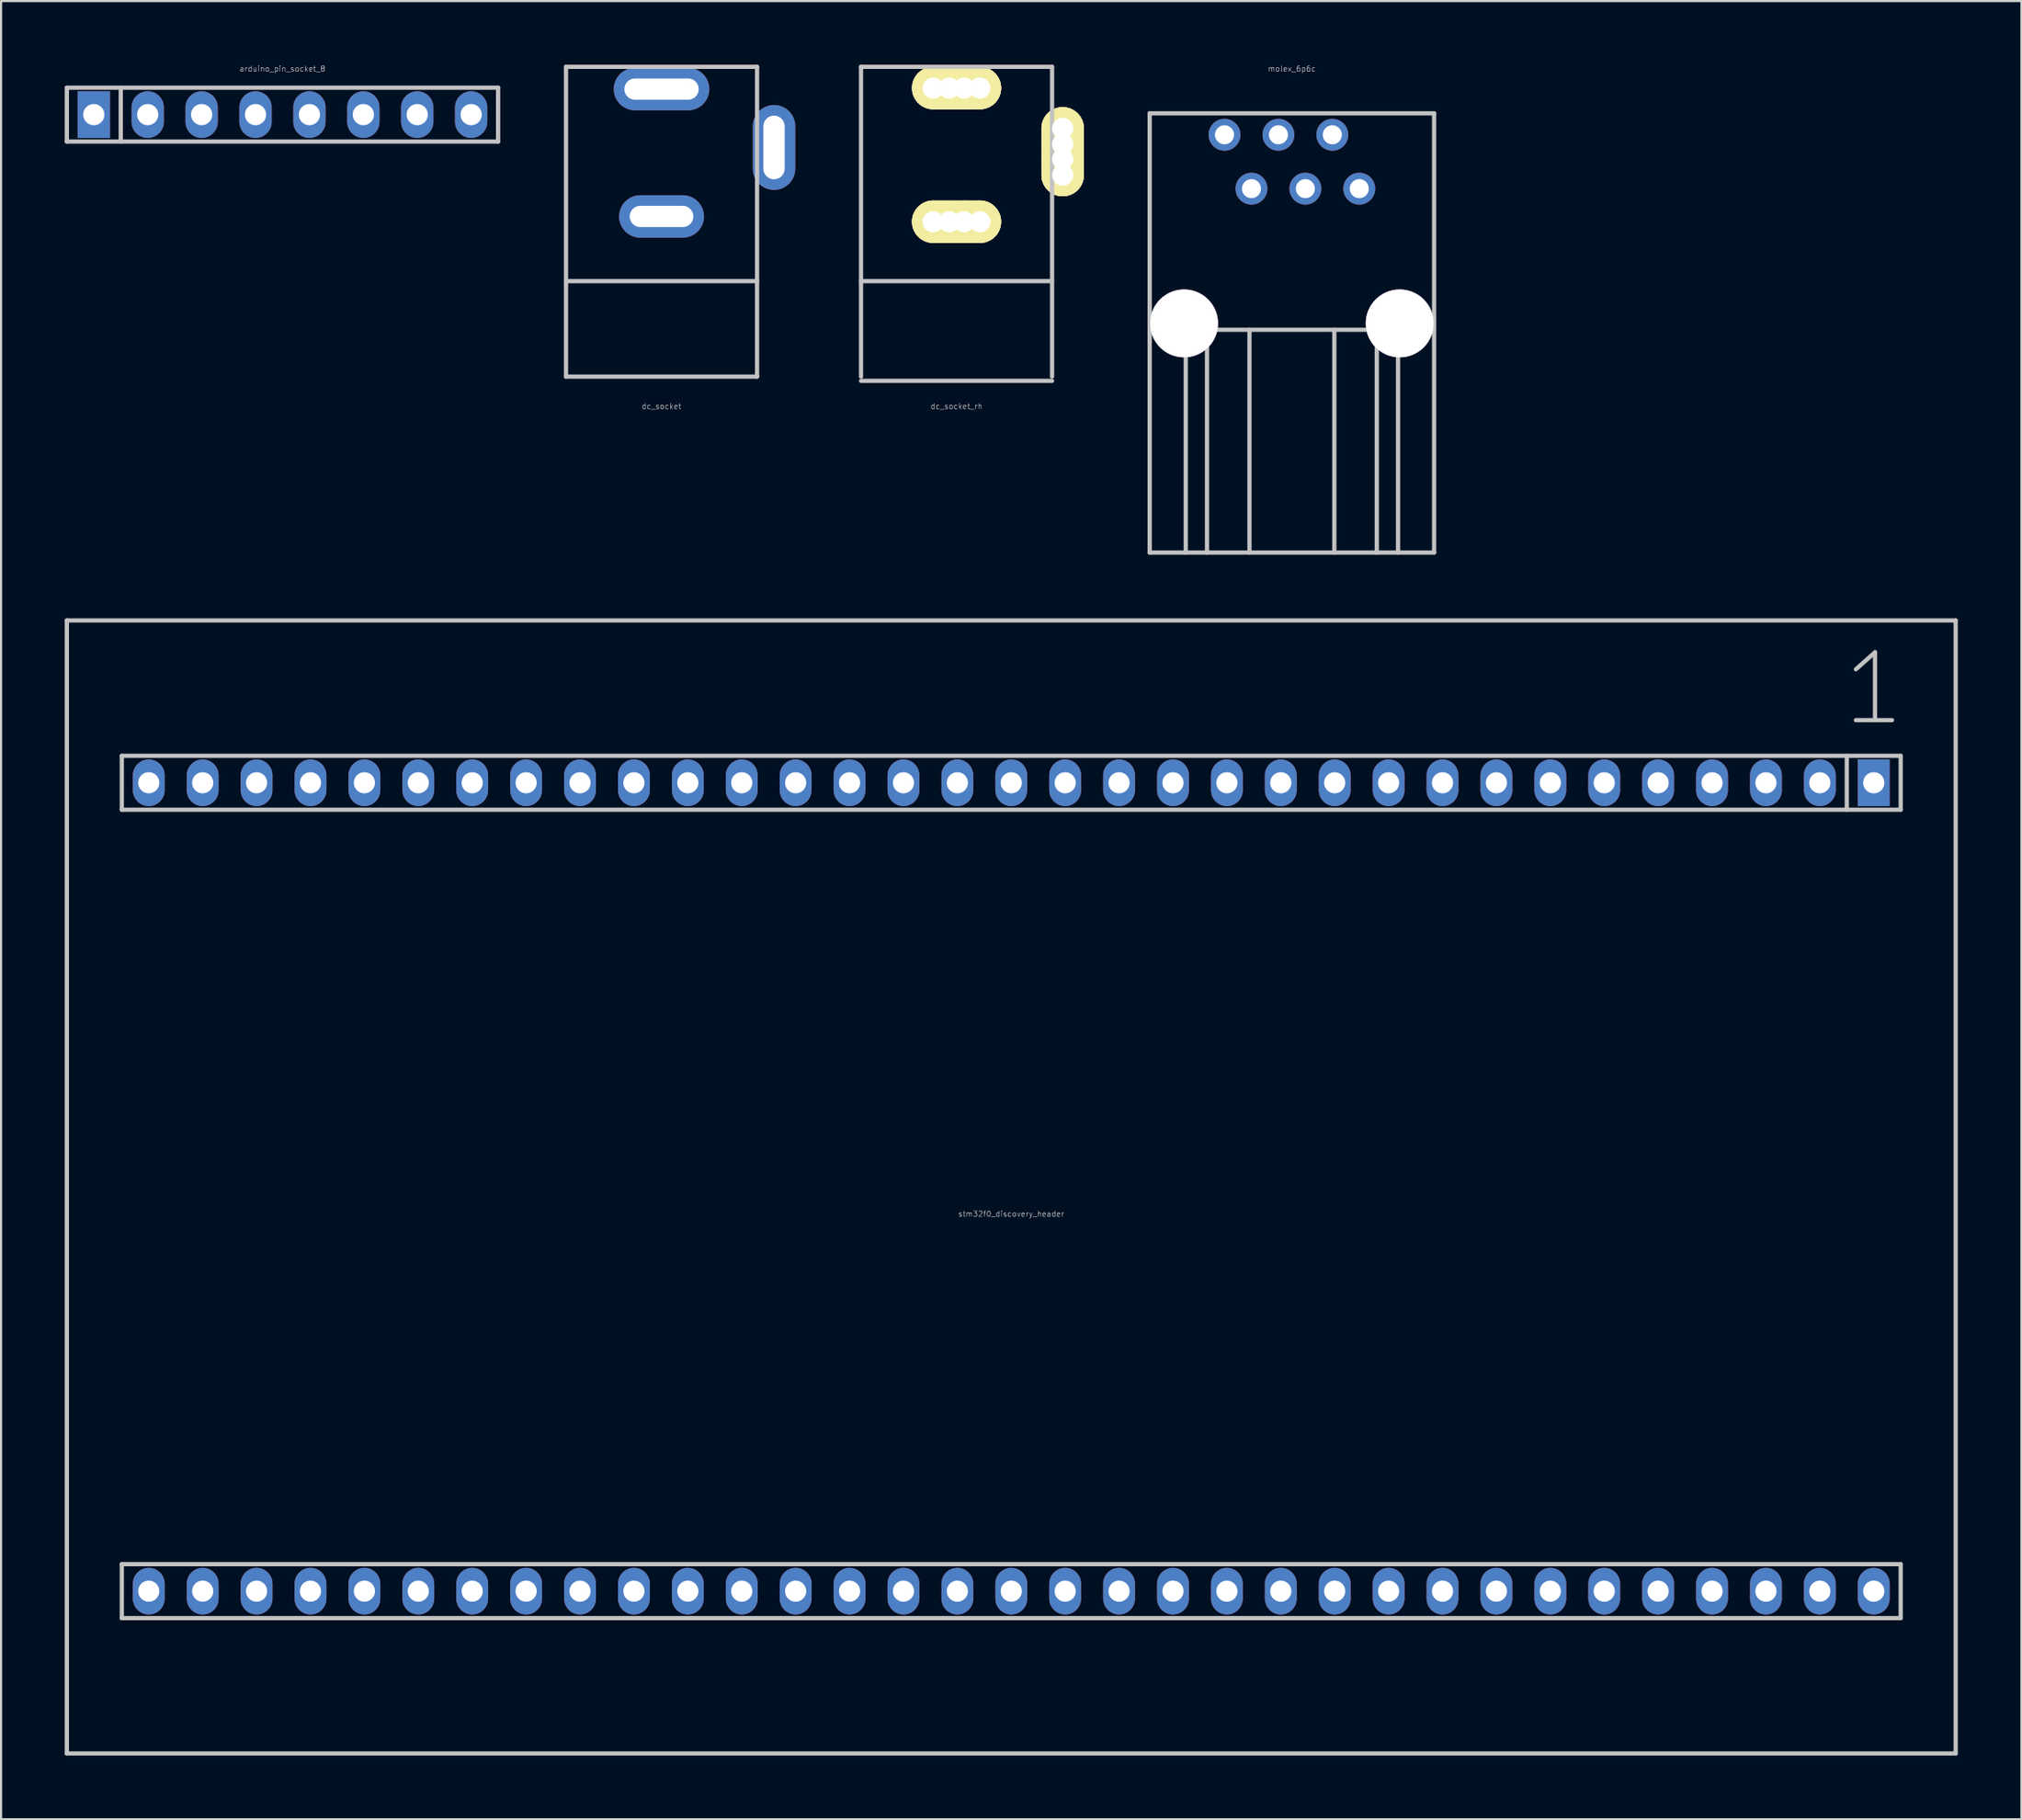
<source format=kicad_pcb>
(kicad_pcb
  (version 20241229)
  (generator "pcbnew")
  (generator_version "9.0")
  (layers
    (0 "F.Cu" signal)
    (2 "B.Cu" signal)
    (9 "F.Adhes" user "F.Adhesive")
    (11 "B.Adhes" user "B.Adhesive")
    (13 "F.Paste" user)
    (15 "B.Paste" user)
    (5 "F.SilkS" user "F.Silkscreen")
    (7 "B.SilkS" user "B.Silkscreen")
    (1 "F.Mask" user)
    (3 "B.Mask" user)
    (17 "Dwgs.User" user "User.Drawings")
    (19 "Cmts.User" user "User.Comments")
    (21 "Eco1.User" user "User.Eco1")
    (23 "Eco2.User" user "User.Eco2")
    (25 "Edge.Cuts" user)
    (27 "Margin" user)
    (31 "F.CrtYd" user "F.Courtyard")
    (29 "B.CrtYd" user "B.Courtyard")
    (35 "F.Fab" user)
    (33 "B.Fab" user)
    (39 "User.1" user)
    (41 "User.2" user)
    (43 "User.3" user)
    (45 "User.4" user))
  (footprint "molex_6p6c"
    (layer "F.Cu")
    (at 57.823 12.192)
    (property "Reference" "molex_6p6c" (at 0 -11.999 0) (layer "Dwgs.User") (effects (font (size 0.254 0.254) (thickness 0.025))))
    (attr through_hole)
    (fp_line (start -6.701 -9.901) (end -6.701 10.8) (stroke (width 0.2) (type solid)) (layer "Dwgs.User"))
    (fp_line (start -6.701 -9.901) (end 6.701 -9.901) (stroke (width 0.2) (type solid)) (layer "Dwgs.User"))
    (fp_line (start -5.001 0.3) (end -5.001 10.8) (stroke (width 0.2) (type solid)) (layer "Dwgs.User"))
    (fp_line (start -5.001 0.3) (end 5.001 0.3) (stroke (width 0.2) (type solid)) (layer "Dwgs.User"))
    (fp_line (start -4 10.8) (end -4 0.3) (stroke (width 0.2) (type solid)) (layer "Dwgs.User"))
    (fp_line (start -1.999 10.8) (end -1.999 0.3) (stroke (width 0.2) (type solid)) (layer "Dwgs.User"))
    (fp_line (start 1.999 10.8) (end 1.999 0.3) (stroke (width 0.2) (type solid)) (layer "Dwgs.User"))
    (fp_line (start 4 0.3) (end 4 10.8) (stroke (width 0.2) (type solid)) (layer "Dwgs.User"))
    (fp_line (start 5.001 0.3) (end 5.001 10.8) (stroke (width 0.2) (type solid)) (layer "Dwgs.User"))
    (fp_line (start 6.701 -9.901) (end 6.701 10.8) (stroke (width 0.2) (type solid)) (layer "Dwgs.User"))
    (fp_line (start 6.701 10.8) (end -6.701 10.8) (stroke (width 0.2) (type solid)) (layer "Dwgs.User"))
    (pad "" thru_hole circle (at -5.08 0) (size 3.2 3.2) (drill 3.2) (layers "*.Cu" "*.Mask"))
    (pad "" thru_hole circle (at 5.08 0) (size 3.2 3.2) (drill 3.2) (layers "*.Cu" "*.Mask"))
    (pad "1" thru_hole circle (at -3.175 -8.89) (size 1.501 1.501) (drill 0.899) (layers "*.Cu" "*.Mask"))
    (pad "2" thru_hole circle (at -1.905 -6.35) (size 1.501 1.501) (drill 0.899) (layers "*.Cu" "*.Mask"))
    (pad "3" thru_hole circle (at -0.635 -8.89) (size 1.501 1.501) (drill 0.899) (layers "*.Cu" "*.Mask"))
    (pad "4" thru_hole circle (at 0.635 -6.35) (size 1.501 1.501) (drill 0.899) (layers "*.Cu" "*.Mask"))
    (pad "5" thru_hole circle (at 1.905 -8.89) (size 1.501 1.501) (drill 0.899) (layers "*.Cu" "*.Mask"))
    (pad "6" thru_hole circle (at 3.175 -6.35) (size 1.501 1.501) (drill 0.899) (layers "*.Cu" "*.Mask")))
  (footprint "dc_socket"
    (layer "F.Cu")
    (at 28.121 7.4)
    (property "Reference" "dc_socket" (at 0 8.7 0) (layer "Dwgs.User") (effects (font (size 0.254 0.254) (thickness 0.025))))
    (attr through_hole)
    (fp_line (start -4.501 -7.3) (end -4.501 7.3) (stroke (width 0.2) (type solid)) (layer "Dwgs.User"))
    (fp_line (start -4.501 2.799) (end 4.501 2.799) (stroke (width 0.2) (type solid)) (layer "Dwgs.User"))
    (fp_line (start -4.501 7.3) (end 4.501 7.3) (stroke (width 0.2) (type solid)) (layer "Dwgs.User"))
    (fp_line (start 4.501 -7.3) (end -4.501 -7.3) (stroke (width 0.2) (type solid)) (layer "Dwgs.User"))
    (fp_line (start 4.501 7.3) (end 4.501 -7.3) (stroke (width 0.2) (type solid)) (layer "Dwgs.User"))
    (pad "1" thru_hole oval (at 5.301 -3.5) (size 1.999 4) (drill oval 1.001 3) (layers "*.Cu" "*.Mask"))
    (pad "2" thru_hole oval (at 0 -0.249) (size 4 1.999) (drill oval 3 1.001) (layers "*.Cu" "*.Mask"))
    (pad "3" thru_hole oval (at 0 -6.251) (size 4.501 1.999) (drill oval 3.5 1.001) (layers "*.Cu" "*.Mask")))
  (footprint "arduino_pin_socket_8"
    (layer "F.Cu")
    (at 10.26 2.352)
    (property "Reference" "arduino_pin_socket_8" (at 0 -2.159 0) (layer "Dwgs.User") (effects (font (size 0.254 0.254) (thickness 0.025))))
    (attr through_hole)
    (fp_line (start -10.16 -1.27) (end 10.16 -1.27) (stroke (width 0.2) (type solid)) (layer "Dwgs.User"))
    (fp_line (start -10.16 1.27) (end -10.16 -1.27) (stroke (width 0.2) (type solid)) (layer "Dwgs.User"))
    (fp_line (start -7.62 -1.27) (end -7.62 1.27) (stroke (width 0.2) (type solid)) (layer "Dwgs.User"))
    (fp_line (start 10.16 -1.27) (end 10.16 1.27) (stroke (width 0.2) (type solid)) (layer "Dwgs.User"))
    (fp_line (start 10.16 1.27) (end -10.16 1.27) (stroke (width 0.2) (type solid)) (layer "Dwgs.User"))
    (pad "1" thru_hole rect (at -8.89 0) (size 1.524 2.2) (drill 1.001) (layers "*.Cu" "*.Mask"))
    (pad "2" thru_hole oval (at -6.35 0) (size 1.524 2.2) (drill 1.001) (layers "*.Cu" "*.Mask"))
    (pad "3" thru_hole oval (at -3.81 0) (size 1.524 2.2) (drill 1.001) (layers "*.Cu" "*.Mask"))
    (pad "4" thru_hole oval (at -1.27 0) (size 1.524 2.2) (drill 1.001) (layers "*.Cu" "*.Mask"))
    (pad "5" thru_hole oval (at 1.27 0) (size 1.524 2.2) (drill 1.001) (layers "*.Cu" "*.Mask"))
    (pad "6" thru_hole oval (at 3.81 0) (size 1.524 2.2) (drill 1.001) (layers "*.Cu" "*.Mask"))
    (pad "7" thru_hole oval (at 6.35 0) (size 1.524 2.2) (drill 1.001) (layers "*.Cu" "*.Mask"))
    (pad "8" thru_hole oval (at 8.89 0) (size 1.524 2.2) (drill 1.001) (layers "*.Cu" "*.Mask")))
  (footprint "dc_socket_rh"
    (layer "F.Cu")
    (at 42.022 7.4)
    (property "Reference" "dc_socket_rh" (at 0 8.7 0) (layer "Dwgs.User") (effects (font (size 0.254 0.254) (thickness 0.025))))
    (attr through_hole)
    (fp_line (start -4.501 -7.3) (end -4.501 7.3) (stroke (width 0.2) (type solid)) (layer "Dwgs.User"))
    (fp_line (start -4.501 2.799) (end 4.501 2.799) (stroke (width 0.2) (type solid)) (layer "Dwgs.User"))
    (fp_line (start -4.5 7.5) (end 4.5 7.5) (stroke (width 0.2) (type solid)) (layer "Dwgs.User"))
    (fp_line (start 4.501 -7.3) (end -4.501 -7.3) (stroke (width 0.2) (type solid)) (layer "Dwgs.User"))
    (fp_line (start 4.501 7.3) (end 4.501 -7.3) (stroke (width 0.2) (type solid)) (layer "Dwgs.User"))
    (pad "1" thru_hole circle (at 5 -4.4) (size 2 2) (drill 1) (layers "*.Cu"))
    (pad "1" thru_hole circle (at 5 -3.65) (size 2 2) (drill 1) (layers "*.Cu"))
    (pad "1" smd oval (at 5 -3.3) (size 2 4.2) (layers "F.Cu" "F.Mask" "F.SilkS"))
    (pad "1" smd oval (at 5 -3.3) (size 2 4.2) (layers "F.Mask" "B.Cu" "F.SilkS"))
    (pad "1" thru_hole circle (at 5 -2.95) (size 2 2) (drill 1) (layers "*.Cu"))
    (pad "1" thru_hole circle (at 5 -2.2) (size 2 2) (drill 1) (layers "*.Cu"))
    (pad "2" thru_hole circle (at -1.1 0) (size 2 2) (drill 1) (layers "*.Cu"))
    (pad "2" thru_hole circle (at -0.35 0) (size 2 2) (drill 1) (layers "*.Cu"))
    (pad "2" smd oval (at 0 0) (size 4.2 2) (layers "F.Cu" "F.Mask" "F.SilkS"))
    (pad "2" smd oval (at 0 0) (size 4.2 2) (layers "F.Mask" "B.Cu" "F.SilkS"))
    (pad "2" thru_hole circle (at 0.35 0) (size 2 2) (drill 1) (layers "*.Cu"))
    (pad "2" thru_hole circle (at 1.1 0) (size 2 2) (drill 1) (layers "*.Cu"))
    (pad "3" thru_hole circle (at -1.1 -6.3) (size 2 2) (drill 1) (layers "*.Cu"))
    (pad "3" thru_hole circle (at -0.35 -6.3) (size 2 2) (drill 1) (layers "*.Cu"))
    (pad "3" smd oval (at 0 -6.3) (size 4.2 2) (layers "F.Cu" "F.Mask" "F.SilkS"))
    (pad "3" smd oval (at 0 -6.3) (size 4.2 2) (layers "F.Mask" "B.Cu" "F.SilkS"))
    (pad "3" thru_hole circle (at 0.35 -6.3) (size 2 2) (drill 1) (layers "*.Cu"))
    (pad "3" thru_hole circle (at 1.1 -6.3) (size 2 2) (drill 1) (layers "*.Cu")))
  (footprint "stm32f0_discovery_header"
    (layer "F.Cu")
    (at 44.6 52.892)
    (property "Reference" "stm32f0_discovery_header" (at 0 1.27 0) (layer "Dwgs.User") (effects (font (size 0.254 0.254) (thickness 0.025))))
    (attr through_hole)
    (fp_line (start -44.5 26.7) (end -44.5 -26.7) (stroke (width 0.2) (type solid)) (layer "Dwgs.User"))
    (fp_line (start -44.5 26.7) (end 44.5 26.7) (stroke (width 0.2) (type solid)) (layer "Dwgs.User"))
    (fp_line (start -41.91 -20.32) (end -41.91 -17.78) (stroke (width 0.2) (type solid)) (layer "Dwgs.User"))
    (fp_line (start -41.91 -20.32) (end 41.91 -20.32) (stroke (width 0.2) (type solid)) (layer "Dwgs.User"))
    (fp_line (start -41.91 -17.78) (end 41.91 -17.78) (stroke (width 0.2) (type solid)) (layer "Dwgs.User"))
    (fp_line (start -41.91 17.78) (end -41.91 20.32) (stroke (width 0.2) (type solid)) (layer "Dwgs.User"))
    (fp_line (start -41.91 17.78) (end 41.91 17.78) (stroke (width 0.2) (type solid)) (layer "Dwgs.User"))
    (fp_line (start -41.91 20.32) (end 41.91 20.32) (stroke (width 0.2) (type solid)) (layer "Dwgs.User"))
    (fp_line (start 39.37 -20.32) (end 39.37 -17.78) (stroke (width 0.2) (type solid)) (layer "Dwgs.User"))
    (fp_line (start 39.8 -22) (end 41.5 -22) (stroke (width 0.2) (type solid)) (layer "Dwgs.User"))
    (fp_line (start 40.7 -25.2) (end 39.8 -24.4) (stroke (width 0.2) (type solid)) (layer "Dwgs.User"))
    (fp_line (start 40.7 -22) (end 40.7 -25.2) (stroke (width 0.2) (type solid)) (layer "Dwgs.User"))
    (fp_line (start 41.91 -20.32) (end 41.91 -17.78) (stroke (width 0.2) (type solid)) (layer "Dwgs.User"))
    (fp_line (start 41.91 17.78) (end 41.91 20.32) (stroke (width 0.2) (type solid)) (layer "Dwgs.User"))
    (fp_line (start 44.5 -26.7) (end -44.5 -26.7) (stroke (width 0.2) (type solid)) (layer "Dwgs.User"))
    (fp_line (start 44.5 26.7) (end 44.5 -26.7) (stroke (width 0.2) (type solid)) (layer "Dwgs.User"))
    (pad "1" thru_hole rect (at 40.64 -19.05) (size 1.5 2.2) (drill 1.001) (layers "*.Cu" "*.Mask"))
    (pad "2" thru_hole oval (at 38.1 -19.05) (size 1.5 2.2) (drill 0.998) (layers "*.Cu" "*.Mask"))
    (pad "3" thru_hole oval (at 35.56 -19.05) (size 1.5 2.2) (drill 0.998) (layers "*.Cu" "*.Mask"))
    (pad "4" thru_hole oval (at 33.02 -19.05) (size 1.5 2.2) (drill 0.998) (layers "*.Cu" "*.Mask"))
    (pad "5" thru_hole oval (at 30.48 -19.05) (size 1.5 2.2) (drill 0.998) (layers "*.Cu" "*.Mask"))
    (pad "6" thru_hole oval (at 27.94 -19.05) (size 1.5 2.2) (drill 0.998) (layers "*.Cu" "*.Mask"))
    (pad "7" thru_hole oval (at 25.4 -19.05) (size 1.5 2.2) (drill 0.998) (layers "*.Cu" "*.Mask"))
    (pad "8" thru_hole oval (at 22.86 -19.05) (size 1.5 2.2) (drill 0.998) (layers "*.Cu" "*.Mask"))
    (pad "9" thru_hole oval (at 20.32 -19.05) (size 1.5 2.2) (drill 0.998) (layers "*.Cu" "*.Mask"))
    (pad "10" thru_hole oval (at 17.78 -19.05) (size 1.5 2.2) (drill 0.998) (layers "*.Cu" "*.Mask"))
    (pad "11" thru_hole oval (at 15.24 -19.05) (size 1.5 2.2) (drill 0.998) (layers "*.Cu" "*.Mask"))
    (pad "12" thru_hole oval (at 12.7 -19.05) (size 1.5 2.2) (drill 0.998) (layers "*.Cu" "*.Mask"))
    (pad "13" thru_hole oval (at 10.16 -19.05) (size 1.5 2.2) (drill 0.998) (layers "*.Cu" "*.Mask"))
    (pad "14" thru_hole oval (at 7.62 -19.05) (size 1.5 2.2) (drill 0.998) (layers "*.Cu" "*.Mask"))
    (pad "15" thru_hole oval (at 5.08 -19.05) (size 1.5 2.2) (drill 0.998) (layers "*.Cu" "*.Mask"))
    (pad "16" thru_hole oval (at 2.54 -19.05) (size 1.5 2.2) (drill 0.998) (layers "*.Cu" "*.Mask"))
    (pad "17" thru_hole oval (at 0 -19.05) (size 1.5 2.2) (drill 0.998) (layers "*.Cu" "*.Mask"))
    (pad "18" thru_hole oval (at -2.54 -19.05) (size 1.5 2.2) (drill 0.998) (layers "*.Cu" "*.Mask"))
    (pad "19" thru_hole oval (at -5.08 -19.05) (size 1.5 2.2) (drill 0.998) (layers "*.Cu" "*.Mask"))
    (pad "20" thru_hole oval (at -7.62 -19.05) (size 1.5 2.2) (drill 0.998) (layers "*.Cu" "*.Mask"))
    (pad "21" thru_hole oval (at -10.16 -19.05) (size 1.5 2.2) (drill 0.998) (layers "*.Cu" "*.Mask"))
    (pad "22" thru_hole oval (at -12.7 -19.05) (size 1.5 2.2) (drill 0.998) (layers "*.Cu" "*.Mask"))
    (pad "23" thru_hole oval (at -15.24 -19.05) (size 1.5 2.2) (drill 0.998) (layers "*.Cu" "*.Mask"))
    (pad "24" thru_hole oval (at -17.78 -19.05) (size 1.5 2.2) (drill 0.998) (layers "*.Cu" "*.Mask"))
    (pad "25" thru_hole oval (at -20.32 -19.05) (size 1.5 2.2) (drill 0.998) (layers "*.Cu" "*.Mask"))
    (pad "26" thru_hole oval (at -22.86 -19.05) (size 1.5 2.2) (drill 0.998) (layers "*.Cu" "*.Mask"))
    (pad "27" thru_hole oval (at -25.4 -19.05) (size 1.5 2.2) (drill 0.998) (layers "*.Cu" "*.Mask"))
    (pad "28" thru_hole oval (at -27.94 -19.05) (size 1.5 2.2) (drill 0.998) (layers "*.Cu" "*.Mask"))
    (pad "29" thru_hole oval (at -30.48 -19.05) (size 1.5 2.2) (drill 0.998) (layers "*.Cu" "*.Mask"))
    (pad "30" thru_hole oval (at -33.02 -19.05) (size 1.5 2.2) (drill 0.998) (layers "*.Cu" "*.Mask"))
    (pad "31" thru_hole oval (at -35.56 -19.05) (size 1.5 2.2) (drill 0.998) (layers "*.Cu" "*.Mask"))
    (pad "32" thru_hole oval (at -38.1 -19.05) (size 1.5 2.2) (drill 0.998) (layers "*.Cu" "*.Mask"))
    (pad "33" thru_hole oval (at -40.64 -19.05) (size 1.5 2.2) (drill 0.998) (layers "*.Cu" "*.Mask"))
    (pad "34" thru_hole oval (at -40.64 19.05) (size 1.5 2.2) (drill 0.998) (layers "*.Cu" "*.Mask"))
    (pad "35" thru_hole oval (at -38.1 19.05) (size 1.5 2.2) (drill 0.998) (layers "*.Cu" "*.Mask"))
    (pad "36" thru_hole oval (at -35.56 19.05) (size 1.5 2.2) (drill 0.998) (layers "*.Cu" "*.Mask"))
    (pad "37" thru_hole oval (at -33.02 19.05) (size 1.5 2.2) (drill 0.998) (layers "*.Cu" "*.Mask"))
    (pad "38" thru_hole oval (at -30.48 19.05) (size 1.5 2.2) (drill 0.998) (layers "*.Cu" "*.Mask"))
    (pad "39" thru_hole oval (at -27.94 19.05) (size 1.5 2.2) (drill 0.998) (layers "*.Cu" "*.Mask"))
    (pad "40" thru_hole oval (at -25.4 19.05) (size 1.5 2.2) (drill 0.998) (layers "*.Cu" "*.Mask"))
    (pad "41" thru_hole oval (at -22.86 19.05) (size 1.5 2.2) (drill 0.998) (layers "*.Cu" "*.Mask"))
    (pad "42" thru_hole oval (at -20.32 19.05) (size 1.5 2.2) (drill 0.998) (layers "*.Cu" "*.Mask"))
    (pad "43" thru_hole oval (at -17.78 19.05) (size 1.5 2.2) (drill 0.998) (layers "*.Cu" "*.Mask"))
    (pad "44" thru_hole oval (at -15.24 19.05) (size 1.5 2.2) (drill 0.998) (layers "*.Cu" "*.Mask"))
    (pad "45" thru_hole oval (at -12.7 19.05) (size 1.5 2.2) (drill 0.998) (layers "*.Cu" "*.Mask"))
    (pad "46" thru_hole oval (at -10.16 19.05) (size 1.5 2.2) (drill 0.998) (layers "*.Cu" "*.Mask"))
    (pad "47" thru_hole oval (at -7.62 19.05) (size 1.5 2.2) (drill 0.998) (layers "*.Cu" "*.Mask"))
    (pad "48" thru_hole oval (at -5.08 19.05) (size 1.5 2.2) (drill 0.998) (layers "*.Cu" "*.Mask"))
    (pad "49" thru_hole oval (at -2.54 19.05) (size 1.5 2.2) (drill 0.998) (layers "*.Cu" "*.Mask"))
    (pad "50" thru_hole oval (at 0 19.05) (size 1.5 2.2) (drill 0.998) (layers "*.Cu" "*.Mask"))
    (pad "51" thru_hole oval (at 2.54 19.05) (size 1.5 2.2) (drill 0.998) (layers "*.Cu" "*.Mask"))
    (pad "52" thru_hole oval (at 5.08 19.05) (size 1.5 2.2) (drill 0.998) (layers "*.Cu" "*.Mask"))
    (pad "53" thru_hole oval (at 7.62 19.05) (size 1.5 2.2) (drill 0.998) (layers "*.Cu" "*.Mask"))
    (pad "54" thru_hole oval (at 10.16 19.05) (size 1.5 2.2) (drill 0.998) (layers "*.Cu" "*.Mask"))
    (pad "55" thru_hole oval (at 12.7 19.05) (size 1.5 2.2) (drill 0.998) (layers "*.Cu" "*.Mask"))
    (pad "56" thru_hole oval (at 15.24 19.05) (size 1.5 2.2) (drill 0.998) (layers "*.Cu" "*.Mask"))
    (pad "57" thru_hole oval (at 17.78 19.05) (size 1.5 2.2) (drill 0.998) (layers "*.Cu" "*.Mask"))
    (pad "58" thru_hole oval (at 20.32 19.05) (size 1.5 2.2) (drill 0.998) (layers "*.Cu" "*.Mask"))
    (pad "59" thru_hole oval (at 22.86 19.05) (size 1.5 2.2) (drill 0.998) (layers "*.Cu" "*.Mask"))
    (pad "60" thru_hole oval (at 25.4 19.05) (size 1.5 2.2) (drill 0.998) (layers "*.Cu" "*.Mask"))
    (pad "61" thru_hole oval (at 27.94 19.05) (size 1.5 2.2) (drill 0.998) (layers "*.Cu" "*.Mask"))
    (pad "62" thru_hole oval (at 30.48 19.05) (size 1.5 2.2) (drill 0.998) (layers "*.Cu" "*.Mask"))
    (pad "63" thru_hole oval (at 33.02 19.05) (size 1.5 2.2) (drill 0.998) (layers "*.Cu" "*.Mask"))
    (pad "64" thru_hole oval (at 35.56 19.05) (size 1.5 2.2) (drill 0.998) (layers "*.Cu" "*.Mask"))
    (pad "65" thru_hole oval (at 38.1 19.05) (size 1.5 2.2) (drill 0.998) (layers "*.Cu" "*.Mask"))
    (pad "66" thru_hole oval (at 40.64 19.05) (size 1.5 2.2) (drill 1.001) (layers "*.Cu" "*.Mask")))
  (gr_rect
    (start -3 -3)
    (end 92.2 82.692)
    (stroke (width 0.1) (type default))
    (fill no)
    (layer "Edge.Cuts")))
</source>
